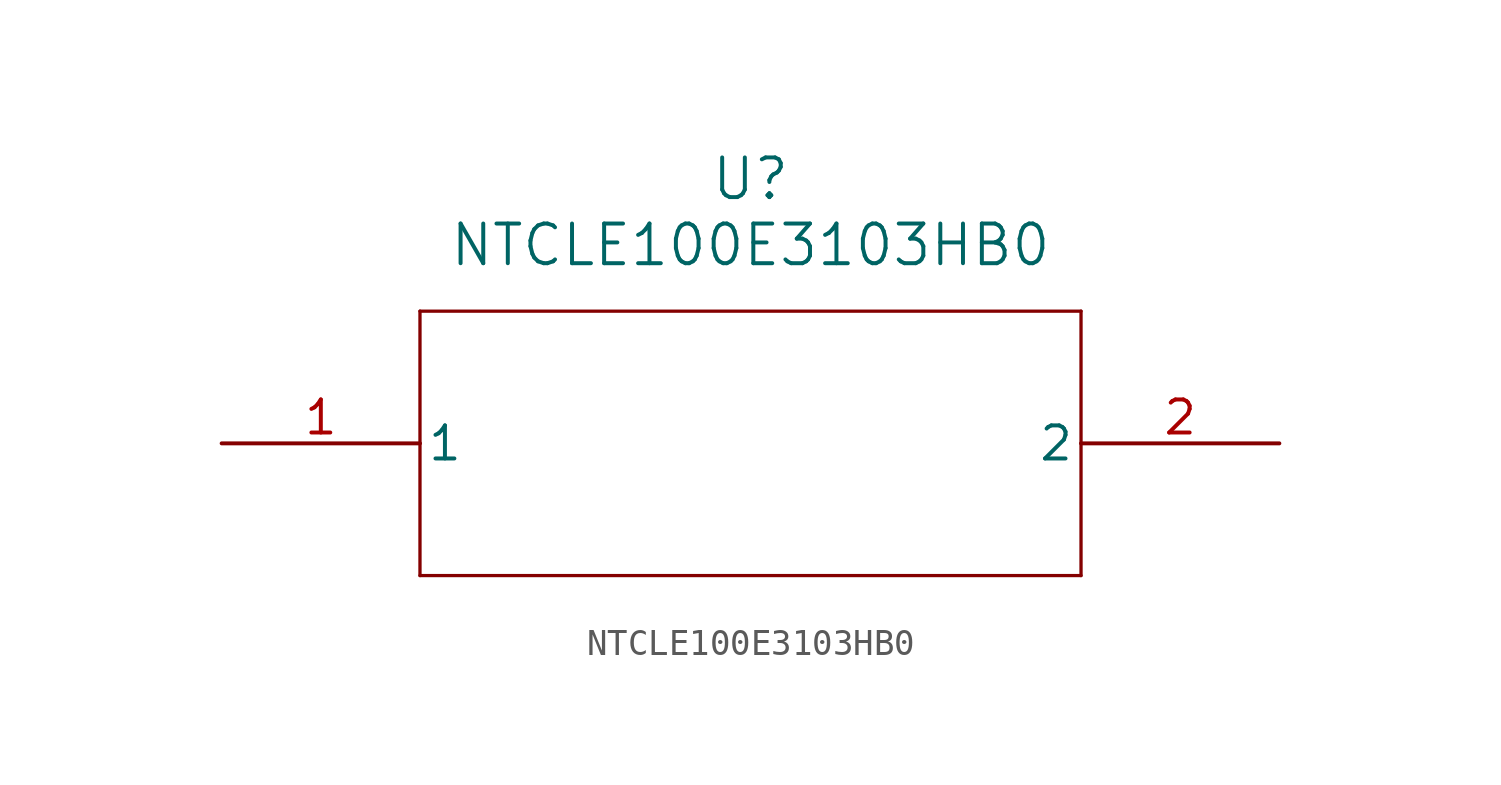
<source format=kicad_sym>
(kicad_symbol_lib
  (version 20211014)
  (generator kicad_symbol_editor)
  (symbol "NTCLE100E3103HB0"
    (pin_names
      (offset 0.254))
    (property "Reference" "U"
      (at 20.32 10.16 0)
      (effects (font (size 1.524 1.524))))
    (property "Value" "NTCLE100E3103HB0"
      (at 20.32 7.62 0)
      (effects (font (size 1.524 1.524))))
    (symbol "NTCLE100E3103HB0_0_1"
      (polyline (pts (xy 7.62 5.08) (xy 7.62 -5.08)) (stroke (width 0.127) (type default) (color 0 0 0 0)) (fill (type none)))
      (polyline (pts (xy 7.62 -5.08) (xy 33.02 -5.08)) (stroke (width 0.127) (type default) (color 0 0 0 0)) (fill (type none)))
      (polyline (pts (xy 33.02 -5.08) (xy 33.02 5.08)) (stroke (width 0.127) (type default) (color 0 0 0 0)) (fill (type none)))
      (polyline (pts (xy 33.02 5.08) (xy 7.62 5.08)) (stroke (width 0.127) (type default) (color 0 0 0 0)) (fill (type none)))
      (pin unspecified line (at 0 0 0) (length 7.62) (name "1" (effects (font (size 1.27 1.27)))) (number "1" (effects (font (size 1.27 1.27)))))
      (pin unspecified line (at 40.64 0 180) (length 7.62) (name "2" (effects (font (size 1.27 1.27)))) (number "2" (effects (font (size 1.27 1.27))))))))
</source>
